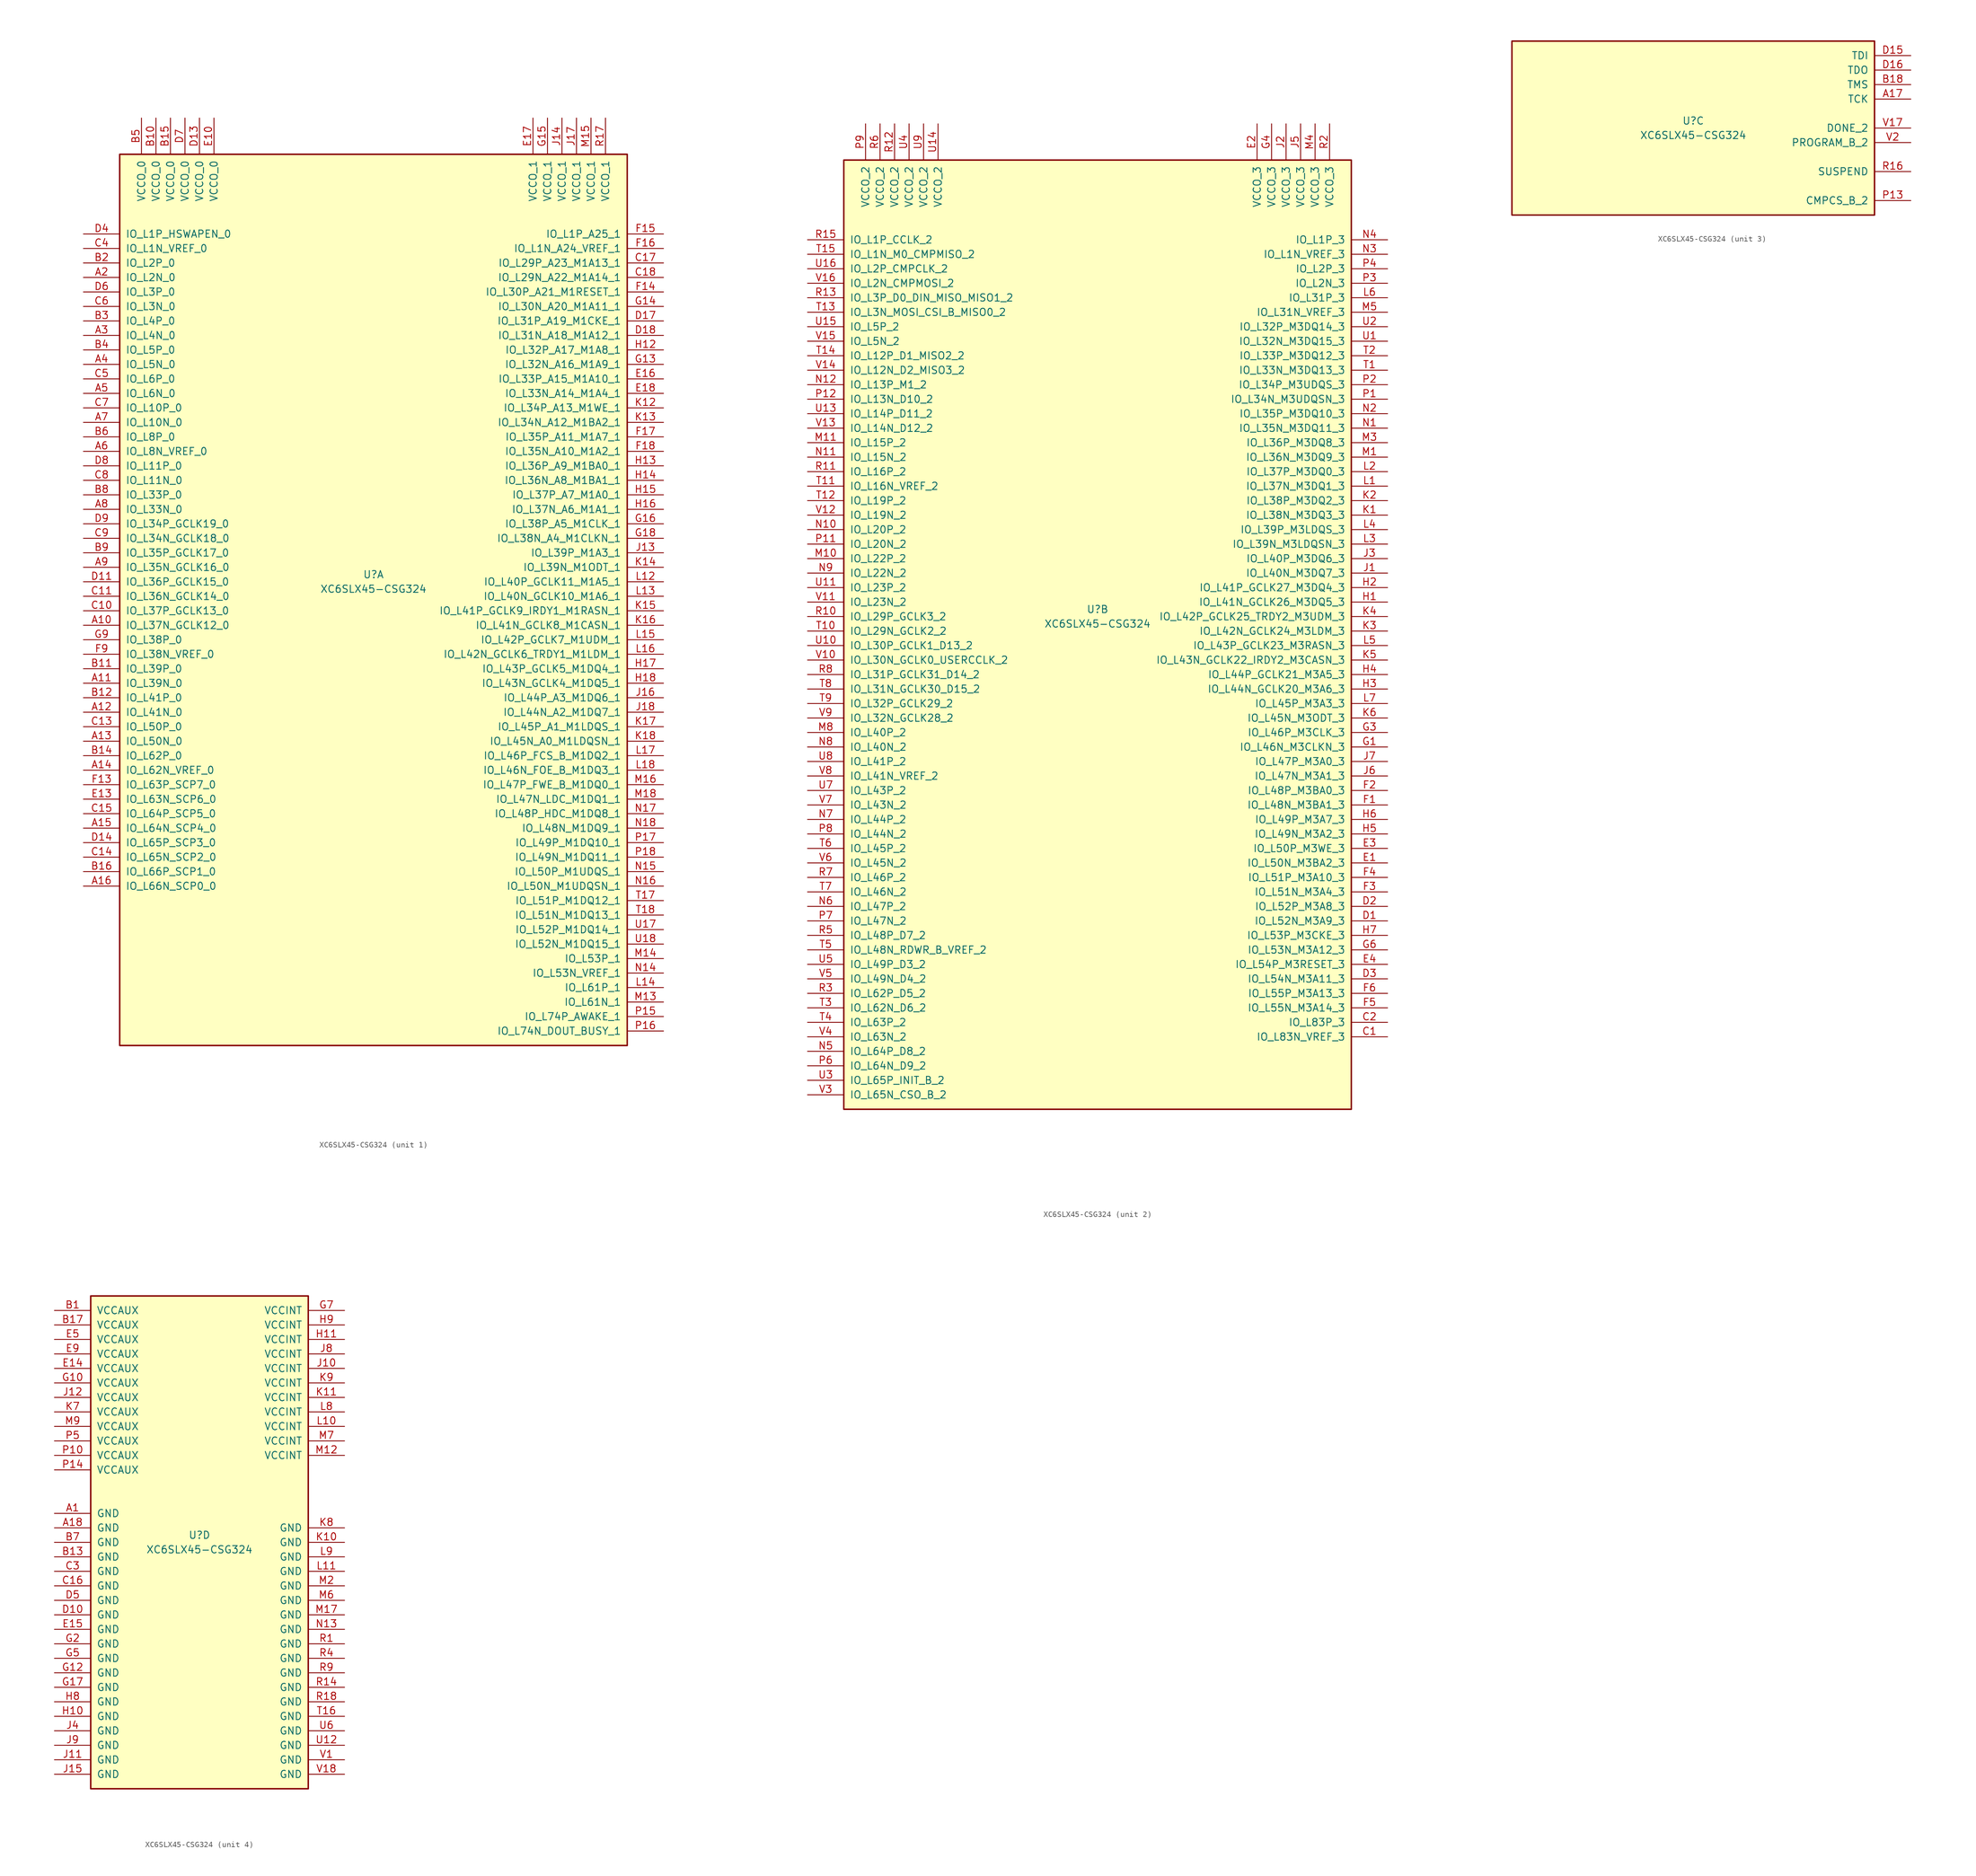
<source format=kicad_sym>
(kicad_symbol_lib
  (version 20201005)
  (generator kicad_symbol_editor)
  (symbol "FPGA_Xilinx_Spartan6:XC6SLX45-CSG324"
    (pin_names
      (offset 1.016))
    (property "Reference" "U"
      (at 0 1.27 0)
      (effects (font (size 1.27 1.27))))
    (property "Value" "XC6SLX45-CSG324"
      (at 0 -1.27 0)
      (effects (font (size 1.27 1.27))))
    (property "Datasheet" ""
      (at 0 0 0)
      (effects (font (size 1.27 1.27))))
    (property "ki_locked" ""
      (at 0 0 0)
      (effects (font (size 1.27 1.27))))
    (symbol "XC6SLX45-CSG324_1_1"
      (rectangle (start -44.45 74.93) (end 44.45 -81.28) (stroke (width 0.254)) (fill (type background)))
      (pin power_in line (at -40.64 81.28 270) (length 6.35) (name "VCCO_0" (effects (font (size 1.27 1.27)))) (number "B5" (effects (font (size 1.27 1.27)))))
      (pin power_in line (at -38.1 81.28 270) (length 6.35) (name "VCCO_0" (effects (font (size 1.27 1.27)))) (number "B10" (effects (font (size 1.27 1.27)))))
      (pin power_in line (at -35.56 81.28 270) (length 6.35) (name "VCCO_0" (effects (font (size 1.27 1.27)))) (number "B15" (effects (font (size 1.27 1.27)))))
      (pin power_in line (at -33.02 81.28 270) (length 6.35) (name "VCCO_0" (effects (font (size 1.27 1.27)))) (number "D7" (effects (font (size 1.27 1.27)))))
      (pin power_in line (at -30.48 81.28 270) (length 6.35) (name "VCCO_0" (effects (font (size 1.27 1.27)))) (number "D13" (effects (font (size 1.27 1.27)))))
      (pin power_in line (at -27.94 81.28 270) (length 6.35) (name "VCCO_0" (effects (font (size 1.27 1.27)))) (number "E10" (effects (font (size 1.27 1.27)))))
      (pin bidirectional line (at -50.8 60.96 0) (length 6.35) (name "IO_L1P_HSWAPEN_0" (effects (font (size 1.27 1.27)))) (number "D4" (effects (font (size 1.27 1.27)))))
      (pin bidirectional line (at -50.8 58.42 0) (length 6.35) (name "IO_L1N_VREF_0" (effects (font (size 1.27 1.27)))) (number "C4" (effects (font (size 1.27 1.27)))))
      (pin bidirectional line (at -50.8 55.88 0) (length 6.35) (name "IO_L2P_0" (effects (font (size 1.27 1.27)))) (number "B2" (effects (font (size 1.27 1.27)))))
      (pin bidirectional line (at -50.8 53.34 0) (length 6.35) (name "IO_L2N_0" (effects (font (size 1.27 1.27)))) (number "A2" (effects (font (size 1.27 1.27)))))
      (pin bidirectional line (at -50.8 50.8 0) (length 6.35) (name "IO_L3P_0" (effects (font (size 1.27 1.27)))) (number "D6" (effects (font (size 1.27 1.27)))))
      (pin bidirectional line (at -50.8 48.26 0) (length 6.35) (name "IO_L3N_0" (effects (font (size 1.27 1.27)))) (number "C6" (effects (font (size 1.27 1.27)))))
      (pin bidirectional line (at -50.8 45.72 0) (length 6.35) (name "IO_L4P_0" (effects (font (size 1.27 1.27)))) (number "B3" (effects (font (size 1.27 1.27)))))
      (pin bidirectional line (at -50.8 43.18 0) (length 6.35) (name "IO_L4N_0" (effects (font (size 1.27 1.27)))) (number "A3" (effects (font (size 1.27 1.27)))))
      (pin bidirectional line (at -50.8 40.64 0) (length 6.35) (name "IO_L5P_0" (effects (font (size 1.27 1.27)))) (number "B4" (effects (font (size 1.27 1.27)))))
      (pin bidirectional line (at -50.8 38.1 0) (length 6.35) (name "IO_L5N_0" (effects (font (size 1.27 1.27)))) (number "A4" (effects (font (size 1.27 1.27)))))
      (pin bidirectional line (at -50.8 35.56 0) (length 6.35) (name "IO_L6P_0" (effects (font (size 1.27 1.27)))) (number "C5" (effects (font (size 1.27 1.27)))))
      (pin bidirectional line (at -50.8 33.02 0) (length 6.35) (name "IO_L6N_0" (effects (font (size 1.27 1.27)))) (number "A5" (effects (font (size 1.27 1.27)))))
      (pin bidirectional line (at -50.8 30.48 0) (length 6.35) (name "IO_L10P_0" (effects (font (size 1.27 1.27)))) (number "C7" (effects (font (size 1.27 1.27)))))
      (pin bidirectional line (at -50.8 27.94 0) (length 6.35) (name "IO_L10N_0" (effects (font (size 1.27 1.27)))) (number "A7" (effects (font (size 1.27 1.27)))))
      (pin bidirectional line (at -50.8 25.4 0) (length 6.35) (name "IO_L8P_0" (effects (font (size 1.27 1.27)))) (number "B6" (effects (font (size 1.27 1.27)))))
      (pin bidirectional line (at -50.8 22.86 0) (length 6.35) (name "IO_L8N_VREF_0" (effects (font (size 1.27 1.27)))) (number "A6" (effects (font (size 1.27 1.27)))))
      (pin bidirectional line (at -50.8 20.32 0) (length 6.35) (name "IO_L11P_0" (effects (font (size 1.27 1.27)))) (number "D8" (effects (font (size 1.27 1.27)))))
      (pin bidirectional line (at -50.8 17.78 0) (length 6.35) (name "IO_L11N_0" (effects (font (size 1.27 1.27)))) (number "C8" (effects (font (size 1.27 1.27)))))
      (pin bidirectional line (at -50.8 15.24 0) (length 6.35) (name "IO_L33P_0" (effects (font (size 1.27 1.27)))) (number "B8" (effects (font (size 1.27 1.27)))))
      (pin bidirectional line (at -50.8 12.7 0) (length 6.35) (name "IO_L33N_0" (effects (font (size 1.27 1.27)))) (number "A8" (effects (font (size 1.27 1.27)))))
      (pin bidirectional line (at -50.8 10.16 0) (length 6.35) (name "IO_L34P_GCLK19_0" (effects (font (size 1.27 1.27)))) (number "D9" (effects (font (size 1.27 1.27)))))
      (pin bidirectional line (at -50.8 7.62 0) (length 6.35) (name "IO_L34N_GCLK18_0" (effects (font (size 1.27 1.27)))) (number "C9" (effects (font (size 1.27 1.27)))))
      (pin bidirectional line (at -50.8 5.08 0) (length 6.35) (name "IO_L35P_GCLK17_0" (effects (font (size 1.27 1.27)))) (number "B9" (effects (font (size 1.27 1.27)))))
      (pin bidirectional line (at -50.8 2.54 0) (length 6.35) (name "IO_L35N_GCLK16_0" (effects (font (size 1.27 1.27)))) (number "A9" (effects (font (size 1.27 1.27)))))
      (pin bidirectional line (at -50.8 0 0) (length 6.35) (name "IO_L36P_GCLK15_0" (effects (font (size 1.27 1.27)))) (number "D11" (effects (font (size 1.27 1.27)))))
      (pin bidirectional line (at -50.8 -2.54 0) (length 6.35) (name "IO_L36N_GCLK14_0" (effects (font (size 1.27 1.27)))) (number "C11" (effects (font (size 1.27 1.27)))))
      (pin bidirectional line (at -50.8 -5.08 0) (length 6.35) (name "IO_L37P_GCLK13_0" (effects (font (size 1.27 1.27)))) (number "C10" (effects (font (size 1.27 1.27)))))
      (pin bidirectional line (at -50.8 -7.62 0) (length 6.35) (name "IO_L37N_GCLK12_0" (effects (font (size 1.27 1.27)))) (number "A10" (effects (font (size 1.27 1.27)))))
      (pin bidirectional line (at -50.8 -10.16 0) (length 6.35) (name "IO_L38P_0" (effects (font (size 1.27 1.27)))) (number "G9" (effects (font (size 1.27 1.27)))))
      (pin bidirectional line (at -50.8 -12.7 0) (length 6.35) (name "IO_L38N_VREF_0" (effects (font (size 1.27 1.27)))) (number "F9" (effects (font (size 1.27 1.27)))))
      (pin bidirectional line (at -50.8 -15.24 0) (length 6.35) (name "IO_L39P_0" (effects (font (size 1.27 1.27)))) (number "B11" (effects (font (size 1.27 1.27)))))
      (pin bidirectional line (at -50.8 -17.78 0) (length 6.35) (name "IO_L39N_0" (effects (font (size 1.27 1.27)))) (number "A11" (effects (font (size 1.27 1.27)))))
      (pin bidirectional line (at -50.8 -20.32 0) (length 6.35) (name "IO_L41P_0" (effects (font (size 1.27 1.27)))) (number "B12" (effects (font (size 1.27 1.27)))))
      (pin bidirectional line (at -50.8 -22.86 0) (length 6.35) (name "IO_L41N_0" (effects (font (size 1.27 1.27)))) (number "A12" (effects (font (size 1.27 1.27)))))
      (pin bidirectional line (at -50.8 -25.4 0) (length 6.35) (name "IO_L50P_0" (effects (font (size 1.27 1.27)))) (number "C13" (effects (font (size 1.27 1.27)))))
      (pin bidirectional line (at -50.8 -27.94 0) (length 6.35) (name "IO_L50N_0" (effects (font (size 1.27 1.27)))) (number "A13" (effects (font (size 1.27 1.27)))))
      (pin bidirectional line (at -50.8 -30.48 0) (length 6.35) (name "IO_L62P_0" (effects (font (size 1.27 1.27)))) (number "B14" (effects (font (size 1.27 1.27)))))
      (pin bidirectional line (at -50.8 -33.02 0) (length 6.35) (name "IO_L62N_VREF_0" (effects (font (size 1.27 1.27)))) (number "A14" (effects (font (size 1.27 1.27)))))
      (pin bidirectional line (at -50.8 -35.56 0) (length 6.35) (name "IO_L63P_SCP7_0" (effects (font (size 1.27 1.27)))) (number "F13" (effects (font (size 1.27 1.27)))))
      (pin bidirectional line (at -50.8 -38.1 0) (length 6.35) (name "IO_L63N_SCP6_0" (effects (font (size 1.27 1.27)))) (number "E13" (effects (font (size 1.27 1.27)))))
      (pin bidirectional line (at -50.8 -40.64 0) (length 6.35) (name "IO_L64P_SCP5_0" (effects (font (size 1.27 1.27)))) (number "C15" (effects (font (size 1.27 1.27)))))
      (pin bidirectional line (at -50.8 -43.18 0) (length 6.35) (name "IO_L64N_SCP4_0" (effects (font (size 1.27 1.27)))) (number "A15" (effects (font (size 1.27 1.27)))))
      (pin bidirectional line (at -50.8 -45.72 0) (length 6.35) (name "IO_L65P_SCP3_0" (effects (font (size 1.27 1.27)))) (number "D14" (effects (font (size 1.27 1.27)))))
      (pin bidirectional line (at -50.8 -48.26 0) (length 6.35) (name "IO_L65N_SCP2_0" (effects (font (size 1.27 1.27)))) (number "C14" (effects (font (size 1.27 1.27)))))
      (pin bidirectional line (at -50.8 -50.8 0) (length 6.35) (name "IO_L66P_SCP1_0" (effects (font (size 1.27 1.27)))) (number "B16" (effects (font (size 1.27 1.27)))))
      (pin bidirectional line (at -50.8 -53.34 0) (length 6.35) (name "IO_L66N_SCP0_0" (effects (font (size 1.27 1.27)))) (number "A16" (effects (font (size 1.27 1.27)))))
      (pin power_in line (at 27.94 81.28 270) (length 6.35) (name "VCCO_1" (effects (font (size 1.27 1.27)))) (number "E17" (effects (font (size 1.27 1.27)))))
      (pin power_in line (at 30.48 81.28 270) (length 6.35) (name "VCCO_1" (effects (font (size 1.27 1.27)))) (number "G15" (effects (font (size 1.27 1.27)))))
      (pin power_in line (at 33.02 81.28 270) (length 6.35) (name "VCCO_1" (effects (font (size 1.27 1.27)))) (number "J14" (effects (font (size 1.27 1.27)))))
      (pin power_in line (at 35.56 81.28 270) (length 6.35) (name "VCCO_1" (effects (font (size 1.27 1.27)))) (number "J17" (effects (font (size 1.27 1.27)))))
      (pin power_in line (at 38.1 81.28 270) (length 6.35) (name "VCCO_1" (effects (font (size 1.27 1.27)))) (number "M15" (effects (font (size 1.27 1.27)))))
      (pin power_in line (at 40.64 81.28 270) (length 6.35) (name "VCCO_1" (effects (font (size 1.27 1.27)))) (number "R17" (effects (font (size 1.27 1.27)))))
      (pin bidirectional line (at 50.8 60.96 180) (length 6.35) (name "IO_L1P_A25_1" (effects (font (size 1.27 1.27)))) (number "F15" (effects (font (size 1.27 1.27)))))
      (pin bidirectional line (at 50.8 58.42 180) (length 6.35) (name "IO_L1N_A24_VREF_1" (effects (font (size 1.27 1.27)))) (number "F16" (effects (font (size 1.27 1.27)))))
      (pin bidirectional line (at 50.8 55.88 180) (length 6.35) (name "IO_L29P_A23_M1A13_1" (effects (font (size 1.27 1.27)))) (number "C17" (effects (font (size 1.27 1.27)))))
      (pin bidirectional line (at 50.8 53.34 180) (length 6.35) (name "IO_L29N_A22_M1A14_1" (effects (font (size 1.27 1.27)))) (number "C18" (effects (font (size 1.27 1.27)))))
      (pin bidirectional line (at 50.8 50.8 180) (length 6.35) (name "IO_L30P_A21_M1RESET_1" (effects (font (size 1.27 1.27)))) (number "F14" (effects (font (size 1.27 1.27)))))
      (pin bidirectional line (at 50.8 48.26 180) (length 6.35) (name "IO_L30N_A20_M1A11_1" (effects (font (size 1.27 1.27)))) (number "G14" (effects (font (size 1.27 1.27)))))
      (pin bidirectional line (at 50.8 45.72 180) (length 6.35) (name "IO_L31P_A19_M1CKE_1" (effects (font (size 1.27 1.27)))) (number "D17" (effects (font (size 1.27 1.27)))))
      (pin bidirectional line (at 50.8 43.18 180) (length 6.35) (name "IO_L31N_A18_M1A12_1" (effects (font (size 1.27 1.27)))) (number "D18" (effects (font (size 1.27 1.27)))))
      (pin bidirectional line (at 50.8 40.64 180) (length 6.35) (name "IO_L32P_A17_M1A8_1" (effects (font (size 1.27 1.27)))) (number "H12" (effects (font (size 1.27 1.27)))))
      (pin bidirectional line (at 50.8 38.1 180) (length 6.35) (name "IO_L32N_A16_M1A9_1" (effects (font (size 1.27 1.27)))) (number "G13" (effects (font (size 1.27 1.27)))))
      (pin bidirectional line (at 50.8 35.56 180) (length 6.35) (name "IO_L33P_A15_M1A10_1" (effects (font (size 1.27 1.27)))) (number "E16" (effects (font (size 1.27 1.27)))))
      (pin bidirectional line (at 50.8 33.02 180) (length 6.35) (name "IO_L33N_A14_M1A4_1" (effects (font (size 1.27 1.27)))) (number "E18" (effects (font (size 1.27 1.27)))))
      (pin bidirectional line (at 50.8 30.48 180) (length 6.35) (name "IO_L34P_A13_M1WE_1" (effects (font (size 1.27 1.27)))) (number "K12" (effects (font (size 1.27 1.27)))))
      (pin bidirectional line (at 50.8 27.94 180) (length 6.35) (name "IO_L34N_A12_M1BA2_1" (effects (font (size 1.27 1.27)))) (number "K13" (effects (font (size 1.27 1.27)))))
      (pin bidirectional line (at 50.8 25.4 180) (length 6.35) (name "IO_L35P_A11_M1A7_1" (effects (font (size 1.27 1.27)))) (number "F17" (effects (font (size 1.27 1.27)))))
      (pin bidirectional line (at 50.8 22.86 180) (length 6.35) (name "IO_L35N_A10_M1A2_1" (effects (font (size 1.27 1.27)))) (number "F18" (effects (font (size 1.27 1.27)))))
      (pin bidirectional line (at 50.8 20.32 180) (length 6.35) (name "IO_L36P_A9_M1BA0_1" (effects (font (size 1.27 1.27)))) (number "H13" (effects (font (size 1.27 1.27)))))
      (pin bidirectional line (at 50.8 17.78 180) (length 6.35) (name "IO_L36N_A8_M1BA1_1" (effects (font (size 1.27 1.27)))) (number "H14" (effects (font (size 1.27 1.27)))))
      (pin bidirectional line (at 50.8 15.24 180) (length 6.35) (name "IO_L37P_A7_M1A0_1" (effects (font (size 1.27 1.27)))) (number "H15" (effects (font (size 1.27 1.27)))))
      (pin bidirectional line (at 50.8 12.7 180) (length 6.35) (name "IO_L37N_A6_M1A1_1" (effects (font (size 1.27 1.27)))) (number "H16" (effects (font (size 1.27 1.27)))))
      (pin bidirectional line (at 50.8 10.16 180) (length 6.35) (name "IO_L38P_A5_M1CLK_1" (effects (font (size 1.27 1.27)))) (number "G16" (effects (font (size 1.27 1.27)))))
      (pin bidirectional line (at 50.8 7.62 180) (length 6.35) (name "IO_L38N_A4_M1CLKN_1" (effects (font (size 1.27 1.27)))) (number "G18" (effects (font (size 1.27 1.27)))))
      (pin bidirectional line (at 50.8 5.08 180) (length 6.35) (name "IO_L39P_M1A3_1" (effects (font (size 1.27 1.27)))) (number "J13" (effects (font (size 1.27 1.27)))))
      (pin bidirectional line (at 50.8 2.54 180) (length 6.35) (name "IO_L39N_M1ODT_1" (effects (font (size 1.27 1.27)))) (number "K14" (effects (font (size 1.27 1.27)))))
      (pin bidirectional line (at 50.8 0 180) (length 6.35) (name "IO_L40P_GCLK11_M1A5_1" (effects (font (size 1.27 1.27)))) (number "L12" (effects (font (size 1.27 1.27)))))
      (pin bidirectional line (at 50.8 -2.54 180) (length 6.35) (name "IO_L40N_GCLK10_M1A6_1" (effects (font (size 1.27 1.27)))) (number "L13" (effects (font (size 1.27 1.27)))))
      (pin bidirectional line (at 50.8 -5.08 180) (length 6.35) (name "IO_L41P_GCLK9_IRDY1_M1RASN_1" (effects (font (size 1.27 1.27)))) (number "K15" (effects (font (size 1.27 1.27)))))
      (pin bidirectional line (at 50.8 -7.62 180) (length 6.35) (name "IO_L41N_GCLK8_M1CASN_1" (effects (font (size 1.27 1.27)))) (number "K16" (effects (font (size 1.27 1.27)))))
      (pin bidirectional line (at 50.8 -10.16 180) (length 6.35) (name "IO_L42P_GCLK7_M1UDM_1" (effects (font (size 1.27 1.27)))) (number "L15" (effects (font (size 1.27 1.27)))))
      (pin bidirectional line (at 50.8 -12.7 180) (length 6.35) (name "IO_L42N_GCLK6_TRDY1_M1LDM_1" (effects (font (size 1.27 1.27)))) (number "L16" (effects (font (size 1.27 1.27)))))
      (pin bidirectional line (at 50.8 -15.24 180) (length 6.35) (name "IO_L43P_GCLK5_M1DQ4_1" (effects (font (size 1.27 1.27)))) (number "H17" (effects (font (size 1.27 1.27)))))
      (pin bidirectional line (at 50.8 -17.78 180) (length 6.35) (name "IO_L43N_GCLK4_M1DQ5_1" (effects (font (size 1.27 1.27)))) (number "H18" (effects (font (size 1.27 1.27)))))
      (pin bidirectional line (at 50.8 -20.32 180) (length 6.35) (name "IO_L44P_A3_M1DQ6_1" (effects (font (size 1.27 1.27)))) (number "J16" (effects (font (size 1.27 1.27)))))
      (pin bidirectional line (at 50.8 -22.86 180) (length 6.35) (name "IO_L44N_A2_M1DQ7_1" (effects (font (size 1.27 1.27)))) (number "J18" (effects (font (size 1.27 1.27)))))
      (pin bidirectional line (at 50.8 -25.4 180) (length 6.35) (name "IO_L45P_A1_M1LDQS_1" (effects (font (size 1.27 1.27)))) (number "K17" (effects (font (size 1.27 1.27)))))
      (pin bidirectional line (at 50.8 -27.94 180) (length 6.35) (name "IO_L45N_A0_M1LDQSN_1" (effects (font (size 1.27 1.27)))) (number "K18" (effects (font (size 1.27 1.27)))))
      (pin bidirectional line (at 50.8 -30.48 180) (length 6.35) (name "IO_L46P_FCS_B_M1DQ2_1" (effects (font (size 1.27 1.27)))) (number "L17" (effects (font (size 1.27 1.27)))))
      (pin bidirectional line (at 50.8 -33.02 180) (length 6.35) (name "IO_L46N_FOE_B_M1DQ3_1" (effects (font (size 1.27 1.27)))) (number "L18" (effects (font (size 1.27 1.27)))))
      (pin bidirectional line (at 50.8 -35.56 180) (length 6.35) (name "IO_L47P_FWE_B_M1DQ0_1" (effects (font (size 1.27 1.27)))) (number "M16" (effects (font (size 1.27 1.27)))))
      (pin bidirectional line (at 50.8 -38.1 180) (length 6.35) (name "IO_L47N_LDC_M1DQ1_1" (effects (font (size 1.27 1.27)))) (number "M18" (effects (font (size 1.27 1.27)))))
      (pin bidirectional line (at 50.8 -40.64 180) (length 6.35) (name "IO_L48P_HDC_M1DQ8_1" (effects (font (size 1.27 1.27)))) (number "N17" (effects (font (size 1.27 1.27)))))
      (pin bidirectional line (at 50.8 -43.18 180) (length 6.35) (name "IO_L48N_M1DQ9_1" (effects (font (size 1.27 1.27)))) (number "N18" (effects (font (size 1.27 1.27)))))
      (pin bidirectional line (at 50.8 -45.72 180) (length 6.35) (name "IO_L49P_M1DQ10_1" (effects (font (size 1.27 1.27)))) (number "P17" (effects (font (size 1.27 1.27)))))
      (pin bidirectional line (at 50.8 -48.26 180) (length 6.35) (name "IO_L49N_M1DQ11_1" (effects (font (size 1.27 1.27)))) (number "P18" (effects (font (size 1.27 1.27)))))
      (pin bidirectional line (at 50.8 -50.8 180) (length 6.35) (name "IO_L50P_M1UDQS_1" (effects (font (size 1.27 1.27)))) (number "N15" (effects (font (size 1.27 1.27)))))
      (pin bidirectional line (at 50.8 -53.34 180) (length 6.35) (name "IO_L50N_M1UDQSN_1" (effects (font (size 1.27 1.27)))) (number "N16" (effects (font (size 1.27 1.27)))))
      (pin bidirectional line (at 50.8 -55.88 180) (length 6.35) (name "IO_L51P_M1DQ12_1" (effects (font (size 1.27 1.27)))) (number "T17" (effects (font (size 1.27 1.27)))))
      (pin bidirectional line (at 50.8 -58.42 180) (length 6.35) (name "IO_L51N_M1DQ13_1" (effects (font (size 1.27 1.27)))) (number "T18" (effects (font (size 1.27 1.27)))))
      (pin bidirectional line (at 50.8 -60.96 180) (length 6.35) (name "IO_L52P_M1DQ14_1" (effects (font (size 1.27 1.27)))) (number "U17" (effects (font (size 1.27 1.27)))))
      (pin bidirectional line (at 50.8 -63.5 180) (length 6.35) (name "IO_L52N_M1DQ15_1" (effects (font (size 1.27 1.27)))) (number "U18" (effects (font (size 1.27 1.27)))))
      (pin bidirectional line (at 50.8 -66.04 180) (length 6.35) (name "IO_L53P_1" (effects (font (size 1.27 1.27)))) (number "M14" (effects (font (size 1.27 1.27)))))
      (pin bidirectional line (at 50.8 -68.58 180) (length 6.35) (name "IO_L53N_VREF_1" (effects (font (size 1.27 1.27)))) (number "N14" (effects (font (size 1.27 1.27)))))
      (pin bidirectional line (at 50.8 -71.12 180) (length 6.35) (name "IO_L61P_1" (effects (font (size 1.27 1.27)))) (number "L14" (effects (font (size 1.27 1.27)))))
      (pin bidirectional line (at 50.8 -73.66 180) (length 6.35) (name "IO_L61N_1" (effects (font (size 1.27 1.27)))) (number "M13" (effects (font (size 1.27 1.27)))))
      (pin bidirectional line (at 50.8 -76.2 180) (length 6.35) (name "IO_L74P_AWAKE_1" (effects (font (size 1.27 1.27)))) (number "P15" (effects (font (size 1.27 1.27)))))
      (pin bidirectional line (at 50.8 -78.74 180) (length 6.35) (name "IO_L74N_DOUT_BUSY_1" (effects (font (size 1.27 1.27)))) (number "P16" (effects (font (size 1.27 1.27))))))
    (symbol "XC6SLX45-CSG324_2_1"
      (rectangle (start -44.45 80.01) (end 44.45 -86.36) (stroke (width 0.254)) (fill (type background)))
      (pin power_in line (at -40.64 86.36 270) (length 6.35) (name "VCCO_2" (effects (font (size 1.27 1.27)))) (number "P9" (effects (font (size 1.27 1.27)))))
      (pin power_in line (at -38.1 86.36 270) (length 6.35) (name "VCCO_2" (effects (font (size 1.27 1.27)))) (number "R6" (effects (font (size 1.27 1.27)))))
      (pin power_in line (at -35.56 86.36 270) (length 6.35) (name "VCCO_2" (effects (font (size 1.27 1.27)))) (number "R12" (effects (font (size 1.27 1.27)))))
      (pin power_in line (at -33.02 86.36 270) (length 6.35) (name "VCCO_2" (effects (font (size 1.27 1.27)))) (number "U4" (effects (font (size 1.27 1.27)))))
      (pin power_in line (at -30.48 86.36 270) (length 6.35) (name "VCCO_2" (effects (font (size 1.27 1.27)))) (number "U9" (effects (font (size 1.27 1.27)))))
      (pin power_in line (at -27.94 86.36 270) (length 6.35) (name "VCCO_2" (effects (font (size 1.27 1.27)))) (number "U14" (effects (font (size 1.27 1.27)))))
      (pin bidirectional line (at -50.8 66.04 0) (length 6.35) (name "IO_L1P_CCLK_2" (effects (font (size 1.27 1.27)))) (number "R15" (effects (font (size 1.27 1.27)))))
      (pin bidirectional line (at -50.8 63.5 0) (length 6.35) (name "IO_L1N_M0_CMPMISO_2" (effects (font (size 1.27 1.27)))) (number "T15" (effects (font (size 1.27 1.27)))))
      (pin bidirectional line (at -50.8 60.96 0) (length 6.35) (name "IO_L2P_CMPCLK_2" (effects (font (size 1.27 1.27)))) (number "U16" (effects (font (size 1.27 1.27)))))
      (pin bidirectional line (at -50.8 58.42 0) (length 6.35) (name "IO_L2N_CMPMOSI_2" (effects (font (size 1.27 1.27)))) (number "V16" (effects (font (size 1.27 1.27)))))
      (pin bidirectional line (at -50.8 55.88 0) (length 6.35) (name "IO_L3P_D0_DIN_MISO_MISO1_2" (effects (font (size 1.27 1.27)))) (number "R13" (effects (font (size 1.27 1.27)))))
      (pin bidirectional line (at -50.8 53.34 0) (length 6.35) (name "IO_L3N_MOSI_CSI_B_MISO0_2" (effects (font (size 1.27 1.27)))) (number "T13" (effects (font (size 1.27 1.27)))))
      (pin bidirectional line (at -50.8 50.8 0) (length 6.35) (name "IO_L5P_2" (effects (font (size 1.27 1.27)))) (number "U15" (effects (font (size 1.27 1.27)))))
      (pin bidirectional line (at -50.8 48.26 0) (length 6.35) (name "IO_L5N_2" (effects (font (size 1.27 1.27)))) (number "V15" (effects (font (size 1.27 1.27)))))
      (pin bidirectional line (at -50.8 45.72 0) (length 6.35) (name "IO_L12P_D1_MISO2_2" (effects (font (size 1.27 1.27)))) (number "T14" (effects (font (size 1.27 1.27)))))
      (pin bidirectional line (at -50.8 43.18 0) (length 6.35) (name "IO_L12N_D2_MISO3_2" (effects (font (size 1.27 1.27)))) (number "V14" (effects (font (size 1.27 1.27)))))
      (pin bidirectional line (at -50.8 40.64 0) (length 6.35) (name "IO_L13P_M1_2" (effects (font (size 1.27 1.27)))) (number "N12" (effects (font (size 1.27 1.27)))))
      (pin bidirectional line (at -50.8 38.1 0) (length 6.35) (name "IO_L13N_D10_2" (effects (font (size 1.27 1.27)))) (number "P12" (effects (font (size 1.27 1.27)))))
      (pin bidirectional line (at -50.8 35.56 0) (length 6.35) (name "IO_L14P_D11_2" (effects (font (size 1.27 1.27)))) (number "U13" (effects (font (size 1.27 1.27)))))
      (pin bidirectional line (at -50.8 33.02 0) (length 6.35) (name "IO_L14N_D12_2" (effects (font (size 1.27 1.27)))) (number "V13" (effects (font (size 1.27 1.27)))))
      (pin bidirectional line (at -50.8 30.48 0) (length 6.35) (name "IO_L15P_2" (effects (font (size 1.27 1.27)))) (number "M11" (effects (font (size 1.27 1.27)))))
      (pin bidirectional line (at -50.8 27.94 0) (length 6.35) (name "IO_L15N_2" (effects (font (size 1.27 1.27)))) (number "N11" (effects (font (size 1.27 1.27)))))
      (pin bidirectional line (at -50.8 25.4 0) (length 6.35) (name "IO_L16P_2" (effects (font (size 1.27 1.27)))) (number "R11" (effects (font (size 1.27 1.27)))))
      (pin bidirectional line (at -50.8 22.86 0) (length 6.35) (name "IO_L16N_VREF_2" (effects (font (size 1.27 1.27)))) (number "T11" (effects (font (size 1.27 1.27)))))
      (pin bidirectional line (at -50.8 20.32 0) (length 6.35) (name "IO_L19P_2" (effects (font (size 1.27 1.27)))) (number "T12" (effects (font (size 1.27 1.27)))))
      (pin bidirectional line (at -50.8 17.78 0) (length 6.35) (name "IO_L19N_2" (effects (font (size 1.27 1.27)))) (number "V12" (effects (font (size 1.27 1.27)))))
      (pin bidirectional line (at -50.8 15.24 0) (length 6.35) (name "IO_L20P_2" (effects (font (size 1.27 1.27)))) (number "N10" (effects (font (size 1.27 1.27)))))
      (pin bidirectional line (at -50.8 12.7 0) (length 6.35) (name "IO_L20N_2" (effects (font (size 1.27 1.27)))) (number "P11" (effects (font (size 1.27 1.27)))))
      (pin bidirectional line (at -50.8 10.16 0) (length 6.35) (name "IO_L22P_2" (effects (font (size 1.27 1.27)))) (number "M10" (effects (font (size 1.27 1.27)))))
      (pin bidirectional line (at -50.8 7.62 0) (length 6.35) (name "IO_L22N_2" (effects (font (size 1.27 1.27)))) (number "N9" (effects (font (size 1.27 1.27)))))
      (pin bidirectional line (at -50.8 5.08 0) (length 6.35) (name "IO_L23P_2" (effects (font (size 1.27 1.27)))) (number "U11" (effects (font (size 1.27 1.27)))))
      (pin bidirectional line (at -50.8 2.54 0) (length 6.35) (name "IO_L23N_2" (effects (font (size 1.27 1.27)))) (number "V11" (effects (font (size 1.27 1.27)))))
      (pin bidirectional line (at -50.8 0 0) (length 6.35) (name "IO_L29P_GCLK3_2" (effects (font (size 1.27 1.27)))) (number "R10" (effects (font (size 1.27 1.27)))))
      (pin bidirectional line (at -50.8 -2.54 0) (length 6.35) (name "IO_L29N_GCLK2_2" (effects (font (size 1.27 1.27)))) (number "T10" (effects (font (size 1.27 1.27)))))
      (pin bidirectional line (at -50.8 -5.08 0) (length 6.35) (name "IO_L30P_GCLK1_D13_2" (effects (font (size 1.27 1.27)))) (number "U10" (effects (font (size 1.27 1.27)))))
      (pin bidirectional line (at -50.8 -7.62 0) (length 6.35) (name "IO_L30N_GCLK0_USERCCLK_2" (effects (font (size 1.27 1.27)))) (number "V10" (effects (font (size 1.27 1.27)))))
      (pin bidirectional line (at -50.8 -10.16 0) (length 6.35) (name "IO_L31P_GCLK31_D14_2" (effects (font (size 1.27 1.27)))) (number "R8" (effects (font (size 1.27 1.27)))))
      (pin bidirectional line (at -50.8 -12.7 0) (length 6.35) (name "IO_L31N_GCLK30_D15_2" (effects (font (size 1.27 1.27)))) (number "T8" (effects (font (size 1.27 1.27)))))
      (pin bidirectional line (at -50.8 -15.24 0) (length 6.35) (name "IO_L32P_GCLK29_2" (effects (font (size 1.27 1.27)))) (number "T9" (effects (font (size 1.27 1.27)))))
      (pin bidirectional line (at -50.8 -17.78 0) (length 6.35) (name "IO_L32N_GCLK28_2" (effects (font (size 1.27 1.27)))) (number "V9" (effects (font (size 1.27 1.27)))))
      (pin bidirectional line (at -50.8 -20.32 0) (length 6.35) (name "IO_L40P_2" (effects (font (size 1.27 1.27)))) (number "M8" (effects (font (size 1.27 1.27)))))
      (pin bidirectional line (at -50.8 -22.86 0) (length 6.35) (name "IO_L40N_2" (effects (font (size 1.27 1.27)))) (number "N8" (effects (font (size 1.27 1.27)))))
      (pin bidirectional line (at -50.8 -25.4 0) (length 6.35) (name "IO_L41P_2" (effects (font (size 1.27 1.27)))) (number "U8" (effects (font (size 1.27 1.27)))))
      (pin bidirectional line (at -50.8 -27.94 0) (length 6.35) (name "IO_L41N_VREF_2" (effects (font (size 1.27 1.27)))) (number "V8" (effects (font (size 1.27 1.27)))))
      (pin bidirectional line (at -50.8 -30.48 0) (length 6.35) (name "IO_L43P_2" (effects (font (size 1.27 1.27)))) (number "U7" (effects (font (size 1.27 1.27)))))
      (pin bidirectional line (at -50.8 -33.02 0) (length 6.35) (name "IO_L43N_2" (effects (font (size 1.27 1.27)))) (number "V7" (effects (font (size 1.27 1.27)))))
      (pin bidirectional line (at -50.8 -35.56 0) (length 6.35) (name "IO_L44P_2" (effects (font (size 1.27 1.27)))) (number "N7" (effects (font (size 1.27 1.27)))))
      (pin bidirectional line (at -50.8 -38.1 0) (length 6.35) (name "IO_L44N_2" (effects (font (size 1.27 1.27)))) (number "P8" (effects (font (size 1.27 1.27)))))
      (pin bidirectional line (at -50.8 -40.64 0) (length 6.35) (name "IO_L45P_2" (effects (font (size 1.27 1.27)))) (number "T6" (effects (font (size 1.27 1.27)))))
      (pin bidirectional line (at -50.8 -43.18 0) (length 6.35) (name "IO_L45N_2" (effects (font (size 1.27 1.27)))) (number "V6" (effects (font (size 1.27 1.27)))))
      (pin bidirectional line (at -50.8 -45.72 0) (length 6.35) (name "IO_L46P_2" (effects (font (size 1.27 1.27)))) (number "R7" (effects (font (size 1.27 1.27)))))
      (pin bidirectional line (at -50.8 -48.26 0) (length 6.35) (name "IO_L46N_2" (effects (font (size 1.27 1.27)))) (number "T7" (effects (font (size 1.27 1.27)))))
      (pin bidirectional line (at -50.8 -50.8 0) (length 6.35) (name "IO_L47P_2" (effects (font (size 1.27 1.27)))) (number "N6" (effects (font (size 1.27 1.27)))))
      (pin bidirectional line (at -50.8 -53.34 0) (length 6.35) (name "IO_L47N_2" (effects (font (size 1.27 1.27)))) (number "P7" (effects (font (size 1.27 1.27)))))
      (pin bidirectional line (at -50.8 -55.88 0) (length 6.35) (name "IO_L48P_D7_2" (effects (font (size 1.27 1.27)))) (number "R5" (effects (font (size 1.27 1.27)))))
      (pin bidirectional line (at -50.8 -58.42 0) (length 6.35) (name "IO_L48N_RDWR_B_VREF_2" (effects (font (size 1.27 1.27)))) (number "T5" (effects (font (size 1.27 1.27)))))
      (pin bidirectional line (at -50.8 -60.96 0) (length 6.35) (name "IO_L49P_D3_2" (effects (font (size 1.27 1.27)))) (number "U5" (effects (font (size 1.27 1.27)))))
      (pin bidirectional line (at -50.8 -63.5 0) (length 6.35) (name "IO_L49N_D4_2" (effects (font (size 1.27 1.27)))) (number "V5" (effects (font (size 1.27 1.27)))))
      (pin bidirectional line (at -50.8 -66.04 0) (length 6.35) (name "IO_L62P_D5_2" (effects (font (size 1.27 1.27)))) (number "R3" (effects (font (size 1.27 1.27)))))
      (pin bidirectional line (at -50.8 -68.58 0) (length 6.35) (name "IO_L62N_D6_2" (effects (font (size 1.27 1.27)))) (number "T3" (effects (font (size 1.27 1.27)))))
      (pin bidirectional line (at -50.8 -71.12 0) (length 6.35) (name "IO_L63P_2" (effects (font (size 1.27 1.27)))) (number "T4" (effects (font (size 1.27 1.27)))))
      (pin bidirectional line (at -50.8 -73.66 0) (length 6.35) (name "IO_L63N_2" (effects (font (size 1.27 1.27)))) (number "V4" (effects (font (size 1.27 1.27)))))
      (pin bidirectional line (at -50.8 -76.2 0) (length 6.35) (name "IO_L64P_D8_2" (effects (font (size 1.27 1.27)))) (number "N5" (effects (font (size 1.27 1.27)))))
      (pin bidirectional line (at -50.8 -78.74 0) (length 6.35) (name "IO_L64N_D9_2" (effects (font (size 1.27 1.27)))) (number "P6" (effects (font (size 1.27 1.27)))))
      (pin bidirectional line (at -50.8 -81.28 0) (length 6.35) (name "IO_L65P_INIT_B_2" (effects (font (size 1.27 1.27)))) (number "U3" (effects (font (size 1.27 1.27)))))
      (pin bidirectional line (at -50.8 -83.82 0) (length 6.35) (name "IO_L65N_CSO_B_2" (effects (font (size 1.27 1.27)))) (number "V3" (effects (font (size 1.27 1.27)))))
      (pin power_in line (at 27.94 86.36 270) (length 6.35) (name "VCCO_3" (effects (font (size 1.27 1.27)))) (number "E2" (effects (font (size 1.27 1.27)))))
      (pin power_in line (at 30.48 86.36 270) (length 6.35) (name "VCCO_3" (effects (font (size 1.27 1.27)))) (number "G4" (effects (font (size 1.27 1.27)))))
      (pin power_in line (at 33.02 86.36 270) (length 6.35) (name "VCCO_3" (effects (font (size 1.27 1.27)))) (number "J2" (effects (font (size 1.27 1.27)))))
      (pin power_in line (at 35.56 86.36 270) (length 6.35) (name "VCCO_3" (effects (font (size 1.27 1.27)))) (number "J5" (effects (font (size 1.27 1.27)))))
      (pin power_in line (at 38.1 86.36 270) (length 6.35) (name "VCCO_3" (effects (font (size 1.27 1.27)))) (number "M4" (effects (font (size 1.27 1.27)))))
      (pin power_in line (at 40.64 86.36 270) (length 6.35) (name "VCCO_3" (effects (font (size 1.27 1.27)))) (number "R2" (effects (font (size 1.27 1.27)))))
      (pin bidirectional line (at 50.8 66.04 180) (length 6.35) (name "IO_L1P_3" (effects (font (size 1.27 1.27)))) (number "N4" (effects (font (size 1.27 1.27)))))
      (pin bidirectional line (at 50.8 63.5 180) (length 6.35) (name "IO_L1N_VREF_3" (effects (font (size 1.27 1.27)))) (number "N3" (effects (font (size 1.27 1.27)))))
      (pin bidirectional line (at 50.8 60.96 180) (length 6.35) (name "IO_L2P_3" (effects (font (size 1.27 1.27)))) (number "P4" (effects (font (size 1.27 1.27)))))
      (pin bidirectional line (at 50.8 58.42 180) (length 6.35) (name "IO_L2N_3" (effects (font (size 1.27 1.27)))) (number "P3" (effects (font (size 1.27 1.27)))))
      (pin bidirectional line (at 50.8 55.88 180) (length 6.35) (name "IO_L31P_3" (effects (font (size 1.27 1.27)))) (number "L6" (effects (font (size 1.27 1.27)))))
      (pin bidirectional line (at 50.8 53.34 180) (length 6.35) (name "IO_L31N_VREF_3" (effects (font (size 1.27 1.27)))) (number "M5" (effects (font (size 1.27 1.27)))))
      (pin bidirectional line (at 50.8 50.8 180) (length 6.35) (name "IO_L32P_M3DQ14_3" (effects (font (size 1.27 1.27)))) (number "U2" (effects (font (size 1.27 1.27)))))
      (pin bidirectional line (at 50.8 48.26 180) (length 6.35) (name "IO_L32N_M3DQ15_3" (effects (font (size 1.27 1.27)))) (number "U1" (effects (font (size 1.27 1.27)))))
      (pin bidirectional line (at 50.8 45.72 180) (length 6.35) (name "IO_L33P_M3DQ12_3" (effects (font (size 1.27 1.27)))) (number "T2" (effects (font (size 1.27 1.27)))))
      (pin bidirectional line (at 50.8 43.18 180) (length 6.35) (name "IO_L33N_M3DQ13_3" (effects (font (size 1.27 1.27)))) (number "T1" (effects (font (size 1.27 1.27)))))
      (pin bidirectional line (at 50.8 40.64 180) (length 6.35) (name "IO_L34P_M3UDQS_3" (effects (font (size 1.27 1.27)))) (number "P2" (effects (font (size 1.27 1.27)))))
      (pin bidirectional line (at 50.8 38.1 180) (length 6.35) (name "IO_L34N_M3UDQSN_3" (effects (font (size 1.27 1.27)))) (number "P1" (effects (font (size 1.27 1.27)))))
      (pin bidirectional line (at 50.8 35.56 180) (length 6.35) (name "IO_L35P_M3DQ10_3" (effects (font (size 1.27 1.27)))) (number "N2" (effects (font (size 1.27 1.27)))))
      (pin bidirectional line (at 50.8 33.02 180) (length 6.35) (name "IO_L35N_M3DQ11_3" (effects (font (size 1.27 1.27)))) (number "N1" (effects (font (size 1.27 1.27)))))
      (pin bidirectional line (at 50.8 30.48 180) (length 6.35) (name "IO_L36P_M3DQ8_3" (effects (font (size 1.27 1.27)))) (number "M3" (effects (font (size 1.27 1.27)))))
      (pin bidirectional line (at 50.8 27.94 180) (length 6.35) (name "IO_L36N_M3DQ9_3" (effects (font (size 1.27 1.27)))) (number "M1" (effects (font (size 1.27 1.27)))))
      (pin bidirectional line (at 50.8 25.4 180) (length 6.35) (name "IO_L37P_M3DQ0_3" (effects (font (size 1.27 1.27)))) (number "L2" (effects (font (size 1.27 1.27)))))
      (pin bidirectional line (at 50.8 22.86 180) (length 6.35) (name "IO_L37N_M3DQ1_3" (effects (font (size 1.27 1.27)))) (number "L1" (effects (font (size 1.27 1.27)))))
      (pin bidirectional line (at 50.8 20.32 180) (length 6.35) (name "IO_L38P_M3DQ2_3" (effects (font (size 1.27 1.27)))) (number "K2" (effects (font (size 1.27 1.27)))))
      (pin bidirectional line (at 50.8 17.78 180) (length 6.35) (name "IO_L38N_M3DQ3_3" (effects (font (size 1.27 1.27)))) (number "K1" (effects (font (size 1.27 1.27)))))
      (pin bidirectional line (at 50.8 15.24 180) (length 6.35) (name "IO_L39P_M3LDQS_3" (effects (font (size 1.27 1.27)))) (number "L4" (effects (font (size 1.27 1.27)))))
      (pin bidirectional line (at 50.8 12.7 180) (length 6.35) (name "IO_L39N_M3LDQSN_3" (effects (font (size 1.27 1.27)))) (number "L3" (effects (font (size 1.27 1.27)))))
      (pin bidirectional line (at 50.8 10.16 180) (length 6.35) (name "IO_L40P_M3DQ6_3" (effects (font (size 1.27 1.27)))) (number "J3" (effects (font (size 1.27 1.27)))))
      (pin bidirectional line (at 50.8 7.62 180) (length 6.35) (name "IO_L40N_M3DQ7_3" (effects (font (size 1.27 1.27)))) (number "J1" (effects (font (size 1.27 1.27)))))
      (pin bidirectional line (at 50.8 5.08 180) (length 6.35) (name "IO_L41P_GCLK27_M3DQ4_3" (effects (font (size 1.27 1.27)))) (number "H2" (effects (font (size 1.27 1.27)))))
      (pin bidirectional line (at 50.8 2.54 180) (length 6.35) (name "IO_L41N_GCLK26_M3DQ5_3" (effects (font (size 1.27 1.27)))) (number "H1" (effects (font (size 1.27 1.27)))))
      (pin bidirectional line (at 50.8 0 180) (length 6.35) (name "IO_L42P_GCLK25_TRDY2_M3UDM_3" (effects (font (size 1.27 1.27)))) (number "K4" (effects (font (size 1.27 1.27)))))
      (pin bidirectional line (at 50.8 -2.54 180) (length 6.35) (name "IO_L42N_GCLK24_M3LDM_3" (effects (font (size 1.27 1.27)))) (number "K3" (effects (font (size 1.27 1.27)))))
      (pin bidirectional line (at 50.8 -5.08 180) (length 6.35) (name "IO_L43P_GCLK23_M3RASN_3" (effects (font (size 1.27 1.27)))) (number "L5" (effects (font (size 1.27 1.27)))))
      (pin bidirectional line (at 50.8 -7.62 180) (length 6.35) (name "IO_L43N_GCLK22_IRDY2_M3CASN_3" (effects (font (size 1.27 1.27)))) (number "K5" (effects (font (size 1.27 1.27)))))
      (pin bidirectional line (at 50.8 -10.16 180) (length 6.35) (name "IO_L44P_GCLK21_M3A5_3" (effects (font (size 1.27 1.27)))) (number "H4" (effects (font (size 1.27 1.27)))))
      (pin bidirectional line (at 50.8 -12.7 180) (length 6.35) (name "IO_L44N_GCLK20_M3A6_3" (effects (font (size 1.27 1.27)))) (number "H3" (effects (font (size 1.27 1.27)))))
      (pin bidirectional line (at 50.8 -15.24 180) (length 6.35) (name "IO_L45P_M3A3_3" (effects (font (size 1.27 1.27)))) (number "L7" (effects (font (size 1.27 1.27)))))
      (pin bidirectional line (at 50.8 -17.78 180) (length 6.35) (name "IO_L45N_M3ODT_3" (effects (font (size 1.27 1.27)))) (number "K6" (effects (font (size 1.27 1.27)))))
      (pin bidirectional line (at 50.8 -20.32 180) (length 6.35) (name "IO_L46P_M3CLK_3" (effects (font (size 1.27 1.27)))) (number "G3" (effects (font (size 1.27 1.27)))))
      (pin bidirectional line (at 50.8 -22.86 180) (length 6.35) (name "IO_L46N_M3CLKN_3" (effects (font (size 1.27 1.27)))) (number "G1" (effects (font (size 1.27 1.27)))))
      (pin bidirectional line (at 50.8 -25.4 180) (length 6.35) (name "IO_L47P_M3A0_3" (effects (font (size 1.27 1.27)))) (number "J7" (effects (font (size 1.27 1.27)))))
      (pin bidirectional line (at 50.8 -27.94 180) (length 6.35) (name "IO_L47N_M3A1_3" (effects (font (size 1.27 1.27)))) (number "J6" (effects (font (size 1.27 1.27)))))
      (pin bidirectional line (at 50.8 -30.48 180) (length 6.35) (name "IO_L48P_M3BA0_3" (effects (font (size 1.27 1.27)))) (number "F2" (effects (font (size 1.27 1.27)))))
      (pin bidirectional line (at 50.8 -33.02 180) (length 6.35) (name "IO_L48N_M3BA1_3" (effects (font (size 1.27 1.27)))) (number "F1" (effects (font (size 1.27 1.27)))))
      (pin bidirectional line (at 50.8 -35.56 180) (length 6.35) (name "IO_L49P_M3A7_3" (effects (font (size 1.27 1.27)))) (number "H6" (effects (font (size 1.27 1.27)))))
      (pin bidirectional line (at 50.8 -38.1 180) (length 6.35) (name "IO_L49N_M3A2_3" (effects (font (size 1.27 1.27)))) (number "H5" (effects (font (size 1.27 1.27)))))
      (pin bidirectional line (at 50.8 -40.64 180) (length 6.35) (name "IO_L50P_M3WE_3" (effects (font (size 1.27 1.27)))) (number "E3" (effects (font (size 1.27 1.27)))))
      (pin bidirectional line (at 50.8 -43.18 180) (length 6.35) (name "IO_L50N_M3BA2_3" (effects (font (size 1.27 1.27)))) (number "E1" (effects (font (size 1.27 1.27)))))
      (pin bidirectional line (at 50.8 -45.72 180) (length 6.35) (name "IO_L51P_M3A10_3" (effects (font (size 1.27 1.27)))) (number "F4" (effects (font (size 1.27 1.27)))))
      (pin bidirectional line (at 50.8 -48.26 180) (length 6.35) (name "IO_L51N_M3A4_3" (effects (font (size 1.27 1.27)))) (number "F3" (effects (font (size 1.27 1.27)))))
      (pin bidirectional line (at 50.8 -50.8 180) (length 6.35) (name "IO_L52P_M3A8_3" (effects (font (size 1.27 1.27)))) (number "D2" (effects (font (size 1.27 1.27)))))
      (pin bidirectional line (at 50.8 -53.34 180) (length 6.35) (name "IO_L52N_M3A9_3" (effects (font (size 1.27 1.27)))) (number "D1" (effects (font (size 1.27 1.27)))))
      (pin bidirectional line (at 50.8 -55.88 180) (length 6.35) (name "IO_L53P_M3CKE_3" (effects (font (size 1.27 1.27)))) (number "H7" (effects (font (size 1.27 1.27)))))
      (pin bidirectional line (at 50.8 -58.42 180) (length 6.35) (name "IO_L53N_M3A12_3" (effects (font (size 1.27 1.27)))) (number "G6" (effects (font (size 1.27 1.27)))))
      (pin bidirectional line (at 50.8 -60.96 180) (length 6.35) (name "IO_L54P_M3RESET_3" (effects (font (size 1.27 1.27)))) (number "E4" (effects (font (size 1.27 1.27)))))
      (pin bidirectional line (at 50.8 -63.5 180) (length 6.35) (name "IO_L54N_M3A11_3" (effects (font (size 1.27 1.27)))) (number "D3" (effects (font (size 1.27 1.27)))))
      (pin bidirectional line (at 50.8 -66.04 180) (length 6.35) (name "IO_L55P_M3A13_3" (effects (font (size 1.27 1.27)))) (number "F6" (effects (font (size 1.27 1.27)))))
      (pin bidirectional line (at 50.8 -68.58 180) (length 6.35) (name "IO_L55N_M3A14_3" (effects (font (size 1.27 1.27)))) (number "F5" (effects (font (size 1.27 1.27)))))
      (pin bidirectional line (at 50.8 -71.12 180) (length 6.35) (name "IO_L83P_3" (effects (font (size 1.27 1.27)))) (number "C2" (effects (font (size 1.27 1.27)))))
      (pin bidirectional line (at 50.8 -73.66 180) (length 6.35) (name "IO_L83N_VREF_3" (effects (font (size 1.27 1.27)))) (number "C1" (effects (font (size 1.27 1.27))))))
    (symbol "XC6SLX45-CSG324_3_1"
      (rectangle (start -31.75 15.24) (end 31.75 -15.24) (stroke (width 0.254)) (fill (type background)))
      (pin bidirectional line (at 38.1 12.7 180) (length 6.35) (name "TDI" (effects (font (size 1.27 1.27)))) (number "D15" (effects (font (size 1.27 1.27)))))
      (pin bidirectional line (at 38.1 10.16 180) (length 6.35) (name "TDO" (effects (font (size 1.27 1.27)))) (number "D16" (effects (font (size 1.27 1.27)))))
      (pin bidirectional line (at 38.1 7.62 180) (length 6.35) (name "TMS" (effects (font (size 1.27 1.27)))) (number "B18" (effects (font (size 1.27 1.27)))))
      (pin bidirectional line (at 38.1 5.08 180) (length 6.35) (name "TCK" (effects (font (size 1.27 1.27)))) (number "A17" (effects (font (size 1.27 1.27)))))
      (pin bidirectional line (at 38.1 0 180) (length 6.35) (name "DONE_2" (effects (font (size 1.27 1.27)))) (number "V17" (effects (font (size 1.27 1.27)))))
      (pin bidirectional line (at 38.1 -2.54 180) (length 6.35) (name "PROGRAM_B_2" (effects (font (size 1.27 1.27)))) (number "V2" (effects (font (size 1.27 1.27)))))
      (pin bidirectional line (at 38.1 -7.62 180) (length 6.35) (name "SUSPEND" (effects (font (size 1.27 1.27)))) (number "R16" (effects (font (size 1.27 1.27)))))
      (pin bidirectional line (at 38.1 -12.7 180) (length 6.35) (name "CMPCS_B_2" (effects (font (size 1.27 1.27)))) (number "P13" (effects (font (size 1.27 1.27))))))
    (symbol "XC6SLX45-CSG324_4_1"
      (rectangle (start -19.05 43.18) (end 19.05 -43.18) (stroke (width 0.254)) (fill (type background)))
      (pin power_in line (at -25.4 40.64 0) (length 6.35) (name "VCCAUX" (effects (font (size 1.27 1.27)))) (number "B1" (effects (font (size 1.27 1.27)))))
      (pin power_in line (at -25.4 38.1 0) (length 6.35) (name "VCCAUX" (effects (font (size 1.27 1.27)))) (number "B17" (effects (font (size 1.27 1.27)))))
      (pin power_in line (at -25.4 35.56 0) (length 6.35) (name "VCCAUX" (effects (font (size 1.27 1.27)))) (number "E5" (effects (font (size 1.27 1.27)))))
      (pin power_in line (at -25.4 33.02 0) (length 6.35) (name "VCCAUX" (effects (font (size 1.27 1.27)))) (number "E9" (effects (font (size 1.27 1.27)))))
      (pin power_in line (at -25.4 30.48 0) (length 6.35) (name "VCCAUX" (effects (font (size 1.27 1.27)))) (number "E14" (effects (font (size 1.27 1.27)))))
      (pin power_in line (at -25.4 27.94 0) (length 6.35) (name "VCCAUX" (effects (font (size 1.27 1.27)))) (number "G10" (effects (font (size 1.27 1.27)))))
      (pin power_in line (at -25.4 25.4 0) (length 6.35) (name "VCCAUX" (effects (font (size 1.27 1.27)))) (number "J12" (effects (font (size 1.27 1.27)))))
      (pin power_in line (at -25.4 22.86 0) (length 6.35) (name "VCCAUX" (effects (font (size 1.27 1.27)))) (number "K7" (effects (font (size 1.27 1.27)))))
      (pin power_in line (at -25.4 20.32 0) (length 6.35) (name "VCCAUX" (effects (font (size 1.27 1.27)))) (number "M9" (effects (font (size 1.27 1.27)))))
      (pin power_in line (at -25.4 17.78 0) (length 6.35) (name "VCCAUX" (effects (font (size 1.27 1.27)))) (number "P5" (effects (font (size 1.27 1.27)))))
      (pin power_in line (at -25.4 15.24 0) (length 6.35) (name "VCCAUX" (effects (font (size 1.27 1.27)))) (number "P10" (effects (font (size 1.27 1.27)))))
      (pin power_in line (at -25.4 12.7 0) (length 6.35) (name "VCCAUX" (effects (font (size 1.27 1.27)))) (number "P14" (effects (font (size 1.27 1.27)))))
      (pin power_in line (at -25.4 5.08 0) (length 6.35) (name "GND" (effects (font (size 1.27 1.27)))) (number "A1" (effects (font (size 1.27 1.27)))))
      (pin power_in line (at -25.4 2.54 0) (length 6.35) (name "GND" (effects (font (size 1.27 1.27)))) (number "A18" (effects (font (size 1.27 1.27)))))
      (pin power_in line (at -25.4 0 0) (length 6.35) (name "GND" (effects (font (size 1.27 1.27)))) (number "B7" (effects (font (size 1.27 1.27)))))
      (pin power_in line (at -25.4 -2.54 0) (length 6.35) (name "GND" (effects (font (size 1.27 1.27)))) (number "B13" (effects (font (size 1.27 1.27)))))
      (pin power_in line (at -25.4 -5.08 0) (length 6.35) (name "GND" (effects (font (size 1.27 1.27)))) (number "C3" (effects (font (size 1.27 1.27)))))
      (pin power_in line (at -25.4 -7.62 0) (length 6.35) (name "GND" (effects (font (size 1.27 1.27)))) (number "C16" (effects (font (size 1.27 1.27)))))
      (pin power_in line (at -25.4 -10.16 0) (length 6.35) (name "GND" (effects (font (size 1.27 1.27)))) (number "D5" (effects (font (size 1.27 1.27)))))
      (pin power_in line (at -25.4 -12.7 0) (length 6.35) (name "GND" (effects (font (size 1.27 1.27)))) (number "D10" (effects (font (size 1.27 1.27)))))
      (pin power_in line (at -25.4 -15.24 0) (length 6.35) (name "GND" (effects (font (size 1.27 1.27)))) (number "E15" (effects (font (size 1.27 1.27)))))
      (pin power_in line (at -25.4 -17.78 0) (length 6.35) (name "GND" (effects (font (size 1.27 1.27)))) (number "G2" (effects (font (size 1.27 1.27)))))
      (pin power_in line (at -25.4 -20.32 0) (length 6.35) (name "GND" (effects (font (size 1.27 1.27)))) (number "G5" (effects (font (size 1.27 1.27)))))
      (pin power_in line (at -25.4 -22.86 0) (length 6.35) (name "GND" (effects (font (size 1.27 1.27)))) (number "G12" (effects (font (size 1.27 1.27)))))
      (pin power_in line (at -25.4 -25.4 0) (length 6.35) (name "GND" (effects (font (size 1.27 1.27)))) (number "G17" (effects (font (size 1.27 1.27)))))
      (pin power_in line (at -25.4 -27.94 0) (length 6.35) (name "GND" (effects (font (size 1.27 1.27)))) (number "H8" (effects (font (size 1.27 1.27)))))
      (pin power_in line (at -25.4 -30.48 0) (length 6.35) (name "GND" (effects (font (size 1.27 1.27)))) (number "H10" (effects (font (size 1.27 1.27)))))
      (pin power_in line (at -25.4 -33.02 0) (length 6.35) (name "GND" (effects (font (size 1.27 1.27)))) (number "J4" (effects (font (size 1.27 1.27)))))
      (pin power_in line (at -25.4 -35.56 0) (length 6.35) (name "GND" (effects (font (size 1.27 1.27)))) (number "J9" (effects (font (size 1.27 1.27)))))
      (pin power_in line (at -25.4 -38.1 0) (length 6.35) (name "GND" (effects (font (size 1.27 1.27)))) (number "J11" (effects (font (size 1.27 1.27)))))
      (pin power_in line (at -25.4 -40.64 0) (length 6.35) (name "GND" (effects (font (size 1.27 1.27)))) (number "J15" (effects (font (size 1.27 1.27)))))
      (pin power_in line (at 25.4 40.64 180) (length 6.35) (name "VCCINT" (effects (font (size 1.27 1.27)))) (number "G7" (effects (font (size 1.27 1.27)))))
      (pin power_in line (at 25.4 38.1 180) (length 6.35) (name "VCCINT" (effects (font (size 1.27 1.27)))) (number "H9" (effects (font (size 1.27 1.27)))))
      (pin power_in line (at 25.4 35.56 180) (length 6.35) (name "VCCINT" (effects (font (size 1.27 1.27)))) (number "H11" (effects (font (size 1.27 1.27)))))
      (pin power_in line (at 25.4 33.02 180) (length 6.35) (name "VCCINT" (effects (font (size 1.27 1.27)))) (number "J8" (effects (font (size 1.27 1.27)))))
      (pin power_in line (at 25.4 30.48 180) (length 6.35) (name "VCCINT" (effects (font (size 1.27 1.27)))) (number "J10" (effects (font (size 1.27 1.27)))))
      (pin power_in line (at 25.4 27.94 180) (length 6.35) (name "VCCINT" (effects (font (size 1.27 1.27)))) (number "K9" (effects (font (size 1.27 1.27)))))
      (pin power_in line (at 25.4 25.4 180) (length 6.35) (name "VCCINT" (effects (font (size 1.27 1.27)))) (number "K11" (effects (font (size 1.27 1.27)))))
      (pin power_in line (at 25.4 22.86 180) (length 6.35) (name "VCCINT" (effects (font (size 1.27 1.27)))) (number "L8" (effects (font (size 1.27 1.27)))))
      (pin power_in line (at 25.4 20.32 180) (length 6.35) (name "VCCINT" (effects (font (size 1.27 1.27)))) (number "L10" (effects (font (size 1.27 1.27)))))
      (pin power_in line (at 25.4 17.78 180) (length 6.35) (name "VCCINT" (effects (font (size 1.27 1.27)))) (number "M7" (effects (font (size 1.27 1.27)))))
      (pin power_in line (at 25.4 15.24 180) (length 6.35) (name "VCCINT" (effects (font (size 1.27 1.27)))) (number "M12" (effects (font (size 1.27 1.27)))))
      (pin power_in line (at 25.4 2.54 180) (length 6.35) (name "GND" (effects (font (size 1.27 1.27)))) (number "K8" (effects (font (size 1.27 1.27)))))
      (pin power_in line (at 25.4 0 180) (length 6.35) (name "GND" (effects (font (size 1.27 1.27)))) (number "K10" (effects (font (size 1.27 1.27)))))
      (pin power_in line (at 25.4 -2.54 180) (length 6.35) (name "GND" (effects (font (size 1.27 1.27)))) (number "L9" (effects (font (size 1.27 1.27)))))
      (pin power_in line (at 25.4 -5.08 180) (length 6.35) (name "GND" (effects (font (size 1.27 1.27)))) (number "L11" (effects (font (size 1.27 1.27)))))
      (pin power_in line (at 25.4 -7.62 180) (length 6.35) (name "GND" (effects (font (size 1.27 1.27)))) (number "M2" (effects (font (size 1.27 1.27)))))
      (pin power_in line (at 25.4 -10.16 180) (length 6.35) (name "GND" (effects (font (size 1.27 1.27)))) (number "M6" (effects (font (size 1.27 1.27)))))
      (pin power_in line (at 25.4 -12.7 180) (length 6.35) (name "GND" (effects (font (size 1.27 1.27)))) (number "M17" (effects (font (size 1.27 1.27)))))
      (pin power_in line (at 25.4 -15.24 180) (length 6.35) (name "GND" (effects (font (size 1.27 1.27)))) (number "N13" (effects (font (size 1.27 1.27)))))
      (pin power_in line (at 25.4 -17.78 180) (length 6.35) (name "GND" (effects (font (size 1.27 1.27)))) (number "R1" (effects (font (size 1.27 1.27)))))
      (pin power_in line (at 25.4 -20.32 180) (length 6.35) (name "GND" (effects (font (size 1.27 1.27)))) (number "R4" (effects (font (size 1.27 1.27)))))
      (pin power_in line (at 25.4 -22.86 180) (length 6.35) (name "GND" (effects (font (size 1.27 1.27)))) (number "R9" (effects (font (size 1.27 1.27)))))
      (pin power_in line (at 25.4 -25.4 180) (length 6.35) (name "GND" (effects (font (size 1.27 1.27)))) (number "R14" (effects (font (size 1.27 1.27)))))
      (pin power_in line (at 25.4 -27.94 180) (length 6.35) (name "GND" (effects (font (size 1.27 1.27)))) (number "R18" (effects (font (size 1.27 1.27)))))
      (pin power_in line (at 25.4 -30.48 180) (length 6.35) (name "GND" (effects (font (size 1.27 1.27)))) (number "T16" (effects (font (size 1.27 1.27)))))
      (pin power_in line (at 25.4 -33.02 180) (length 6.35) (name "GND" (effects (font (size 1.27 1.27)))) (number "U6" (effects (font (size 1.27 1.27)))))
      (pin power_in line (at 25.4 -35.56 180) (length 6.35) (name "GND" (effects (font (size 1.27 1.27)))) (number "U12" (effects (font (size 1.27 1.27)))))
      (pin power_in line (at 25.4 -38.1 180) (length 6.35) (name "GND" (effects (font (size 1.27 1.27)))) (number "V1" (effects (font (size 1.27 1.27)))))
      (pin power_in line (at 25.4 -40.64 180) (length 6.35) (name "GND" (effects (font (size 1.27 1.27)))) (number "V18" (effects (font (size 1.27 1.27))))))))
</source>
